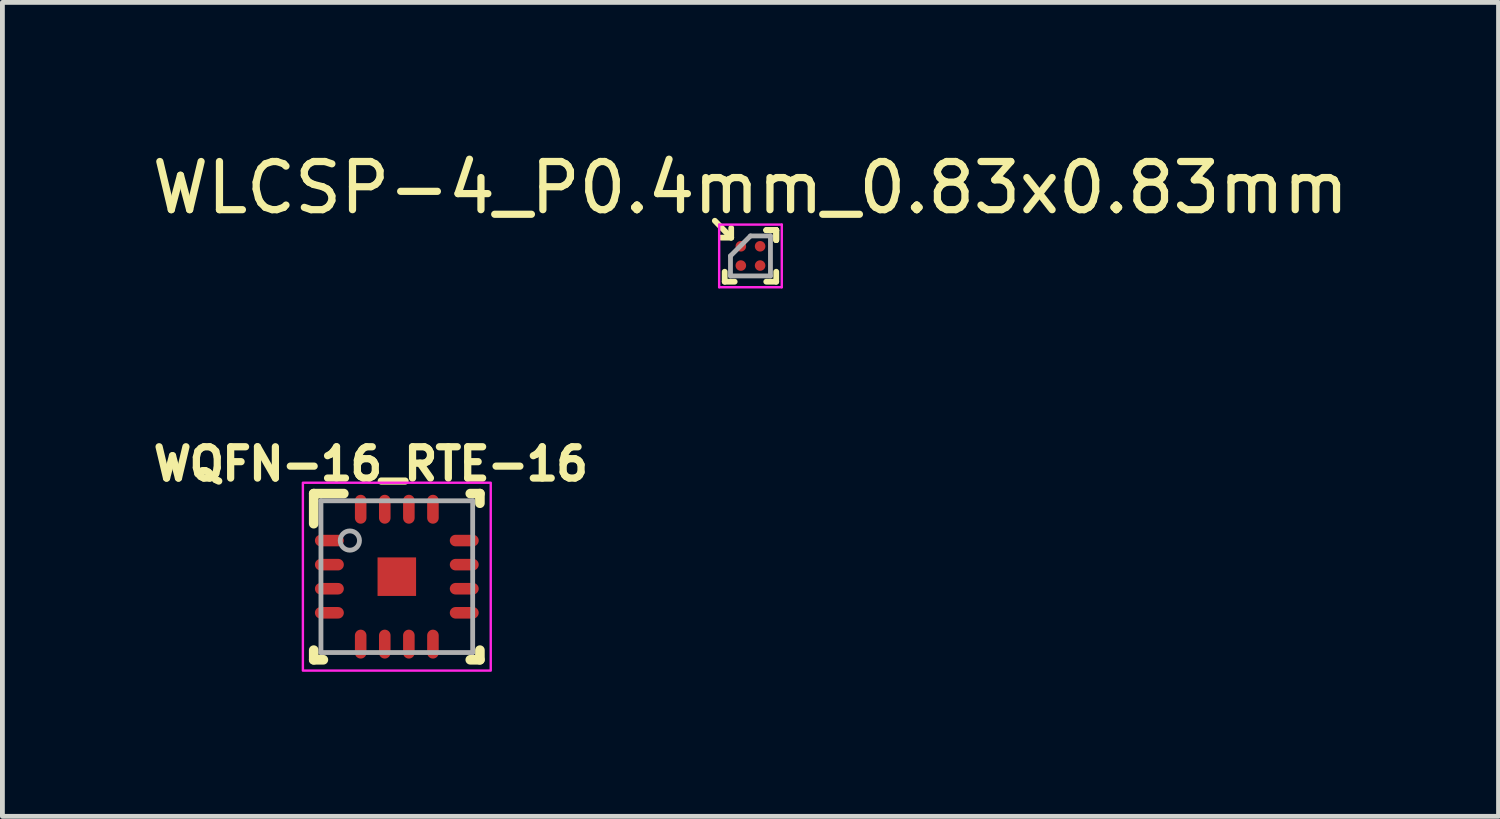
<source format=kicad_pcb>
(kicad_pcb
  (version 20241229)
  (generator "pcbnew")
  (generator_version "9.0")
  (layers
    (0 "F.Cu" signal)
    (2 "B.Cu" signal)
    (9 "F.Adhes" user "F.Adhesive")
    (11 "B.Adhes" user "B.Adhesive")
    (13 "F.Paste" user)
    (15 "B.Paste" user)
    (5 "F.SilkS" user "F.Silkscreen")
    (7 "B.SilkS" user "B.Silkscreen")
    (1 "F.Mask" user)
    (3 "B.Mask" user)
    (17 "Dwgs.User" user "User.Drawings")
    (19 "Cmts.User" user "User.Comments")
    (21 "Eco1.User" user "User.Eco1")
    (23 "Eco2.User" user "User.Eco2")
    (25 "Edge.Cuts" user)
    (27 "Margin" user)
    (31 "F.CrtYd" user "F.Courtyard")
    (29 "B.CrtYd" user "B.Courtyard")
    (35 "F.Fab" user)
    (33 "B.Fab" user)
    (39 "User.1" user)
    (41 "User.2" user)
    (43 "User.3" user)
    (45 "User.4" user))
  (footprint "WQFN-16_RTE-16"
    (layer "F.Cu")
    (at 5.188 8.922)
    (property "Reference" "WQFN-16_RTE-16" (at -0.54 -2.34 0) (unlocked yes) (layer "F.SilkS") (effects (font (size 0.65 0.65) (thickness 0.15))))
    (attr smd)
    (fp_line (start -1.725 -1.725) (end -1.1 -1.725) (stroke (width 0.2) (type solid)) (layer "F.SilkS"))
    (fp_line (start -1.725 -1.1) (end -1.725 -1.725) (stroke (width 0.2) (type solid)) (layer "F.SilkS"))
    (fp_line (start -1.725 1.725) (end -1.725 1.525) (stroke (width 0.2) (type solid)) (layer "F.SilkS"))
    (fp_line (start -1.725 1.725) (end -1.525 1.725) (stroke (width 0.2) (type solid)) (layer "F.SilkS"))
    (fp_line (start 1.525 -1.725) (end 1.725 -1.725) (stroke (width 0.2) (type solid)) (layer "F.SilkS"))
    (fp_line (start 1.525 1.725) (end 1.725 1.725) (stroke (width 0.2) (type solid)) (layer "F.SilkS"))
    (fp_line (start 1.725 -1.525) (end 1.725 -1.725) (stroke (width 0.2) (type solid)) (layer "F.SilkS"))
    (fp_line (start 1.725 1.725) (end 1.725 1.525) (stroke (width 0.2) (type solid)) (layer "F.SilkS"))
    (fp_poly (pts (xy -0.379 0.379) (xy 0.379 0.379) (xy 0.379 -0.379) (xy -0.379 -0.379)) (stroke (width 0) (type solid)) (fill yes) (layer "F.Paste"))
    (fp_rect (start -1.95 -1.95) (end 1.95 1.95) (stroke (width 0.05) (type default)) (fill no) (layer "F.CrtYd"))
    (fp_line (start -1.575 -1.575) (end 1.575 -1.575) (stroke (width 0.1) (type solid)) (layer "F.Fab"))
    (fp_line (start -1.575 1.575) (end -1.575 -1.575) (stroke (width 0.1) (type solid)) (layer "F.Fab"))
    (fp_line (start -1.575 1.575) (end 1.575 1.575) (stroke (width 0.1) (type solid)) (layer "F.Fab"))
    (fp_line (start 1.575 1.575) (end 1.575 -1.575) (stroke (width 0.1) (type solid)) (layer "F.Fab"))
    (fp_circle (center -0.975 -0.75) (end -0.775 -0.75) (stroke (width 0.1) (type solid)) (fill no) (layer "F.Fab"))
    (pad "1" smd oval (at -1.4 -0.75 90) (size 0.24 0.6) (layers "F.Cu" "F.Mask" "F.Paste"))
    (pad "2" smd oval (at -1.4 -0.25 90) (size 0.24 0.6) (layers "F.Cu" "F.Mask" "F.Paste"))
    (pad "3" smd oval (at -1.4 0.25 90) (size 0.24 0.6) (layers "F.Cu" "F.Mask" "F.Paste"))
    (pad "4" smd oval (at -1.4 0.75 90) (size 0.24 0.6) (layers "F.Cu" "F.Mask" "F.Paste"))
    (pad "5" smd oval (at -0.75 1.4) (size 0.24 0.6) (layers "F.Cu" "F.Mask" "F.Paste"))
    (pad "6" smd oval (at -0.25 1.4) (size 0.24 0.6) (layers "F.Cu" "F.Mask" "F.Paste"))
    (pad "7" smd oval (at 0.25 1.4) (size 0.24 0.6) (layers "F.Cu" "F.Mask" "F.Paste"))
    (pad "8" smd oval (at 0.75 1.4) (size 0.24 0.6) (layers "F.Cu" "F.Mask" "F.Paste"))
    (pad "9" smd oval (at 1.4 0.75 90) (size 0.24 0.6) (layers "F.Cu" "F.Mask" "F.Paste"))
    (pad "10" smd oval (at 1.4 0.25 90) (size 0.24 0.6) (layers "F.Cu" "F.Mask" "F.Paste"))
    (pad "11" smd oval (at 1.4 -0.25 90) (size 0.24 0.6) (layers "F.Cu" "F.Mask" "F.Paste"))
    (pad "12" smd oval (at 1.4 -0.75 90) (size 0.24 0.6) (layers "F.Cu" "F.Mask" "F.Paste"))
    (pad "13" smd oval (at 0.75 -1.4) (size 0.24 0.6) (layers "F.Cu" "F.Mask" "F.Paste"))
    (pad "14" smd oval (at 0.25 -1.4) (size 0.24 0.6) (layers "F.Cu" "F.Mask" "F.Paste"))
    (pad "15" smd oval (at -0.25 -1.4) (size 0.24 0.6) (layers "F.Cu" "F.Mask" "F.Paste"))
    (pad "16" smd oval (at -0.75 -1.4) (size 0.24 0.6) (layers "F.Cu" "F.Mask" "F.Paste"))
    (pad "17" smd rect (at 0.000003 0) (size 0.8 0.8) (layers "F.Cu" "F.Mask")))
  (footprint "WLCSP-4_P0.4mm_0.83x0.83mm"
    (layer "F.Cu")
    (at 12.53 2.263)
    (property "Reference" "WLCSP-4_P0.4mm_0.83x0.83mm" (at 0 -1.415 0) (layer "F.SilkS") (effects (font (size 1 1) (thickness 0.15))))
    (attr smd)
    (fp_line (start -0.74 -0.73) (end -0.4 -0.38) (stroke (width 0.12) (type solid)) (layer "F.SilkS"))
    (fp_line (start -0.61 -0.38) (end -0.4 -0.38) (stroke (width 0.12) (type solid)) (layer "F.SilkS"))
    (fp_line (start -0.535 0.535) (end -0.535 0.328) (stroke (width 0.12) (type solid)) (layer "F.SilkS"))
    (fp_line (start -0.4 -0.58) (end -0.4 -0.38) (stroke (width 0.12) (type solid)) (layer "F.SilkS"))
    (fp_line (start -0.328 0.535) (end -0.535 0.535) (stroke (width 0.12) (type solid)) (layer "F.SilkS"))
    (fp_line (start 0.328 -0.535) (end 0.535 -0.535) (stroke (width 0.12) (type solid)) (layer "F.SilkS"))
    (fp_line (start 0.328 -0.535) (end 0.535 -0.535) (stroke (width 0.12) (type solid)) (layer "F.SilkS"))
    (fp_line (start 0.328 -0.535) (end 0.535 -0.535) (stroke (width 0.12) (type solid)) (layer "F.SilkS"))
    (fp_line (start 0.328 0.535) (end 0.535 0.535) (stroke (width 0.12) (type solid)) (layer "F.SilkS"))
    (fp_line (start 0.535 -0.535) (end 0.535 -0.328) (stroke (width 0.12) (type solid)) (layer "F.SilkS"))
    (fp_line (start 0.535 -0.535) (end 0.535 -0.328) (stroke (width 0.12) (type solid)) (layer "F.SilkS"))
    (fp_line (start 0.535 -0.535) (end 0.535 -0.328) (stroke (width 0.12) (type solid)) (layer "F.SilkS"))
    (fp_line (start 0.535 0.535) (end 0.535 0.328) (stroke (width 0.12) (type solid)) (layer "F.SilkS"))
    (fp_line (start -0.65 -0.65) (end 0.65 -0.65) (stroke (width 0.05) (type solid)) (layer "F.CrtYd"))
    (fp_line (start -0.65 0.65) (end -0.65 -0.65) (stroke (width 0.05) (type solid)) (layer "F.CrtYd"))
    (fp_line (start 0.65 -0.65) (end 0.65 0.65) (stroke (width 0.05) (type solid)) (layer "F.CrtYd"))
    (fp_line (start 0.65 0.65) (end -0.65 0.65) (stroke (width 0.05) (type solid)) (layer "F.CrtYd"))
    (fp_line (start -0.415 0) (end -0.415 0.415) (stroke (width 0.1) (type solid)) (layer "F.Fab"))
    (fp_line (start -0.415 0.415) (end 0.415 0.415) (stroke (width 0.1) (type solid)) (layer "F.Fab"))
    (fp_line (start 0 -0.415) (end -0.415 0) (stroke (width 0.1) (type solid)) (layer "F.Fab"))
    (fp_line (start 0.415 -0.415) (end 0 -0.415) (stroke (width 0.1) (type solid)) (layer "F.Fab"))
    (fp_line (start 0.415 0.415) (end 0.415 -0.415) (stroke (width 0.1) (type solid)) (layer "F.Fab"))
    (pad "A1" smd circle (at -0.2 -0.2) (size 0.219 0.219) (layers "F.Cu" "F.Mask" "F.Paste"))
    (pad "A2" smd circle (at 0.2 -0.2) (size 0.219 0.219) (layers "F.Cu" "F.Mask" "F.Paste"))
    (pad "B1" smd circle (at -0.2 0.2) (size 0.219 0.219) (layers "F.Cu" "F.Mask" "F.Paste"))
    (pad "B2" smd circle (at 0.2 0.2) (size 0.219 0.219) (layers "F.Cu" "F.Mask" "F.Paste")))
  (gr_rect
    (start -3 -3)
    (end 28.06 13.897)
    (stroke (width 0.1) (type default))
    (fill no)
    (layer "Edge.Cuts")))
</source>
